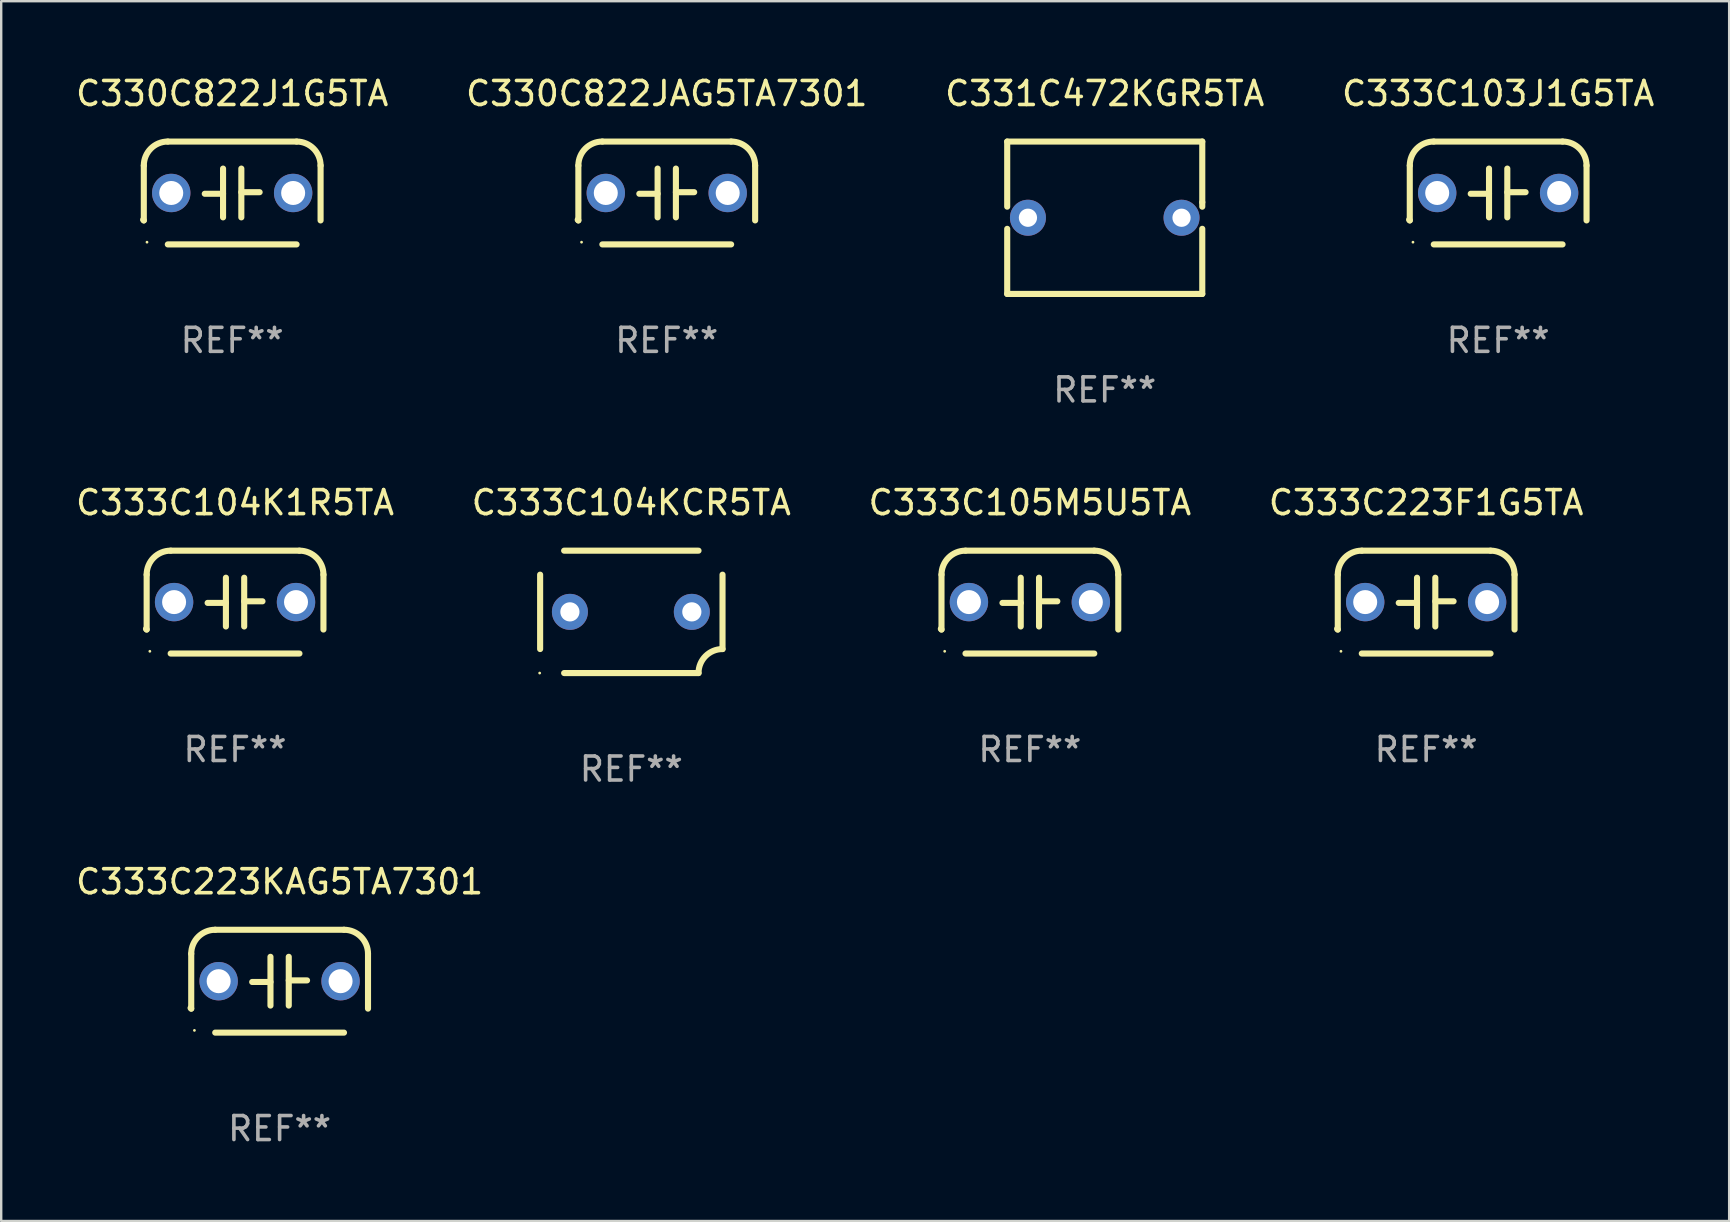
<source format=kicad_pcb>
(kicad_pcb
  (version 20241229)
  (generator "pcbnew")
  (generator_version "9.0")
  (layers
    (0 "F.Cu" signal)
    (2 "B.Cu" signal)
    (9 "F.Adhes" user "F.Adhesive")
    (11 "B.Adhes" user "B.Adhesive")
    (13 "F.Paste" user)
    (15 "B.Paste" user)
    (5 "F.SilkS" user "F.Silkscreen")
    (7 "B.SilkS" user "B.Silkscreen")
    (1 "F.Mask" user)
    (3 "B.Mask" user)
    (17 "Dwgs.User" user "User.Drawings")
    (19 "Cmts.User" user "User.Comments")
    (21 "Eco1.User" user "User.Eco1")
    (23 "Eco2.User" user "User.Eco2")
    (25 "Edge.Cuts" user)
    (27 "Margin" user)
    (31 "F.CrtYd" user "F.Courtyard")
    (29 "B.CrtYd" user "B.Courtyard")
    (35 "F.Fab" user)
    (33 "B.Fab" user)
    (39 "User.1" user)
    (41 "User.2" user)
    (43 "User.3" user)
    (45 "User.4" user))
  (footprint "C333C223KAG5TA7301"
    (layer "F.Cu")
    (at 8.601 37.834)
    (property "Reference" "C333C223KAG5TA7301" (at 0 -4.143 0) (layer "F.SilkS") (effects (font (size 1 1) (thickness 0.15))))
    (attr through_hole)
    (fp_line (start -3.683 -1.143) (end -3.683 1.143) (stroke (width 0.254) (type solid)) (layer "F.SilkS"))
    (fp_line (start -2.683 -2.143) (end 2.683 -2.143) (stroke (width 0.254) (type solid)) (layer "F.SilkS"))
    (fp_line (start -0.381 0.033) (end -1.143 0.033) (stroke (width 0.254) (type solid)) (layer "F.SilkS"))
    (fp_line (start -0.381 1.016) (end -0.381 -1.016) (stroke (width 0.254) (type solid)) (layer "F.SilkS"))
    (fp_line (start 0.381 -1.016) (end 0.381 1.016) (stroke (width 0.254) (type solid)) (layer "F.SilkS"))
    (fp_line (start 0.381 -0.033) (end 1.143 -0.033) (stroke (width 0.254) (type solid)) (layer "F.SilkS"))
    (fp_line (start 2.683 2.143) (end -2.683 2.143) (stroke (width 0.254) (type solid)) (layer "F.SilkS"))
    (fp_line (start 3.683 1.143) (end 3.683 -1.143) (stroke (width 0.254) (type solid)) (layer "F.SilkS"))
    (fp_arc (start -3.710292 1.115763) (mid -3.696656 1.129383) (end -3.68302 1.143002) (stroke (width 0.254001) (type solid)) (layer "F.SilkS"))
    (fp_arc (start -3.682994 -1.142977) (mid -3.390088 -1.850114) (end -2.682944 -2.143002) (stroke (width 0.254001) (type solid)) (layer "F.SilkS"))
    (fp_arc (start 2.682994 -2.143028) (mid 3.390106 -1.850122) (end 3.682995 -1.143002) (stroke (width 0.254001) (type solid)) (layer "F.SilkS"))
    (fp_circle (center -3.55 2.05) (end -3.52 2.05) (stroke (width 0.06) (type solid)) (fill no) (layer "F.SilkS"))
    (fp_text user "REF**" (at 0 6.143 0) (layer "F.Fab") (effects (font (size 1 1) (thickness 0.15))))
    (pad "1" thru_hole circle (at -2.54 0) (size 1.6 1.6) (drill 1) (layers "*.Cu" "*.Mask"))
    (pad "2" thru_hole circle (at 2.54 0) (size 1.6 1.6) (drill 1) (layers "*.Cu" "*.Mask")))
  (footprint "C333C104KCR5TA"
    (layer "F.Cu")
    (at 23.256 22.445)
    (property "Reference" "C333C104KCR5TA" (at 0 -4.55 0) (layer "F.SilkS") (effects (font (size 1 1) (thickness 0.15))))
    (attr through_hole)
    (fp_line (start -3.8 1.55) (end -3.8 -1.55) (stroke (width 0.254) (type solid)) (layer "F.SilkS"))
    (fp_line (start -2.8 -2.55) (end 2.8 -2.55) (stroke (width 0.254) (type solid)) (layer "F.SilkS"))
    (fp_line (start 2.8 2.55) (end -2.8 2.55) (stroke (width 0.254) (type solid)) (layer "F.SilkS"))
    (fp_line (start 3.8 -1.55) (end 3.8 1.55) (stroke (width 0.254) (type solid)) (layer "F.SilkS"))
    (fp_arc (start 2.800038 2.549975) (mid 3.092931 1.842868) (end 3.800038 1.549975) (stroke (width 0.254001) (type solid)) (layer "F.SilkS"))
    (fp_circle (center -3.819 2.55) (end -3.789 2.55) (stroke (width 0.06) (type solid)) (fill no) (layer "F.SilkS"))
    (fp_text user "REF**" (at 0 6.55 0) (layer "F.Fab") (effects (font (size 1 1) (thickness 0.15))))
    (pad "1" thru_hole circle (at -2.559 -0.000013) (size 1.5 1.5) (drill 0.8) (layers "*.Cu" "*.Mask"))
    (pad "2" thru_hole circle (at 2.521 -0.000013) (size 1.5 1.5) (drill 0.8) (layers "*.Cu" "*.Mask")))
  (footprint "C330C822JAG5TA7301"
    (layer "F.Cu")
    (at 24.732 4.991)
    (property "Reference" "C330C822JAG5TA7301" (at 0 -4.143 0) (layer "F.SilkS") (effects (font (size 1 1) (thickness 0.15))))
    (attr through_hole)
    (fp_line (start -3.683 -1.143) (end -3.683 1.143) (stroke (width 0.254) (type solid)) (layer "F.SilkS"))
    (fp_line (start -2.683 -2.143) (end 2.683 -2.143) (stroke (width 0.254) (type solid)) (layer "F.SilkS"))
    (fp_line (start -0.381 0.033) (end -1.143 0.033) (stroke (width 0.254) (type solid)) (layer "F.SilkS"))
    (fp_line (start -0.381 1.016) (end -0.381 -1.016) (stroke (width 0.254) (type solid)) (layer "F.SilkS"))
    (fp_line (start 0.381 -1.016) (end 0.381 1.016) (stroke (width 0.254) (type solid)) (layer "F.SilkS"))
    (fp_line (start 0.381 -0.033) (end 1.143 -0.033) (stroke (width 0.254) (type solid)) (layer "F.SilkS"))
    (fp_line (start 2.683 2.143) (end -2.683 2.143) (stroke (width 0.254) (type solid)) (layer "F.SilkS"))
    (fp_line (start 3.683 1.143) (end 3.683 -1.143) (stroke (width 0.254) (type solid)) (layer "F.SilkS"))
    (fp_arc (start -3.710292 1.115763) (mid -3.696656 1.129383) (end -3.68302 1.143002) (stroke (width 0.254001) (type solid)) (layer "F.SilkS"))
    (fp_arc (start -3.682994 -1.142977) (mid -3.390088 -1.850114) (end -2.682944 -2.143002) (stroke (width 0.254001) (type solid)) (layer "F.SilkS"))
    (fp_arc (start 2.682994 -2.143028) (mid 3.390106 -1.850122) (end 3.682995 -1.143002) (stroke (width 0.254001) (type solid)) (layer "F.SilkS"))
    (fp_circle (center -3.55 2.05) (end -3.52 2.05) (stroke (width 0.06) (type solid)) (fill no) (layer "F.SilkS"))
    (fp_text user "REF**" (at 0 6.143 0) (layer "F.Fab") (effects (font (size 1 1) (thickness 0.15))))
    (pad "1" thru_hole circle (at -2.54 0) (size 1.6 1.6) (drill 1) (layers "*.Cu" "*.Mask"))
    (pad "2" thru_hole circle (at 2.54 0) (size 1.6 1.6) (drill 1) (layers "*.Cu" "*.Mask")))
  (footprint "C331C472KGR5TA"
    (layer "F.Cu")
    (at 42.982 6.023)
    (property "Reference" "C331C472KGR5TA" (at 0 -5.175 0) (layer "F.SilkS") (effects (font (size 1 1) (thickness 0.15))))
    (attr through_hole)
    (fp_line (start -4.064 3.175) (end -4.064 0.462) (stroke (width 0.254) (type solid)) (layer "F.SilkS"))
    (fp_line (start -4.064 -3.175) (end 4.064 -3.175) (stroke (width 0.254) (type solid)) (layer "F.SilkS"))
    (fp_line (start -4.064 -0.462) (end -4.064 -3.175) (stroke (width 0.254) (type solid)) (layer "F.SilkS"))
    (fp_line (start 3.81 3.175) (end -4.064 3.175) (stroke (width 0.254) (type solid)) (layer "F.SilkS"))
    (fp_line (start 4.064 -3.175) (end 4.064 -0.645) (stroke (width 0.254) (type solid)) (layer "F.SilkS"))
    (fp_line (start 4.064 -0.645) (end 4.064 -0.461) (stroke (width 0.254) (type solid)) (layer "F.SilkS"))
    (fp_line (start 4.064 0.461) (end 4.064 3.175) (stroke (width 0.254) (type solid)) (layer "F.SilkS"))
    (fp_line (start 4.064 3.175) (end 3.81 3.175) (stroke (width 0.254) (type solid)) (layer "F.SilkS"))
    (fp_circle (center -3.81 3.2) (end -3.78 3.2) (stroke (width 0.06) (type solid)) (fill no) (layer "F.SilkS"))
    (fp_text user "REF**" (at 0 7.175 0) (layer "F.Fab") (effects (font (size 1 1) (thickness 0.15))))
    (pad "1" thru_hole circle (at -3.2 0) (size 1.5 1.5) (drill 0.76) (layers "*.Cu" "*.Mask"))
    (pad "2" thru_hole circle (at 3.2 0) (size 1.5 1.5) (drill 0.76) (layers "*.Cu" "*.Mask")))
  (footprint "C333C223F1G5TA"
    (layer "F.Cu")
    (at 56.375 22.038)
    (property "Reference" "C333C223F1G5TA" (at 0 -4.143 0) (layer "F.SilkS") (effects (font (size 1 1) (thickness 0.15))))
    (attr through_hole)
    (fp_line (start -3.683 -1.143) (end -3.683 1.143) (stroke (width 0.254) (type solid)) (layer "F.SilkS"))
    (fp_line (start -2.683 -2.143) (end 2.683 -2.143) (stroke (width 0.254) (type solid)) (layer "F.SilkS"))
    (fp_line (start -0.381 0.033) (end -1.143 0.033) (stroke (width 0.254) (type solid)) (layer "F.SilkS"))
    (fp_line (start -0.381 1.016) (end -0.381 -1.016) (stroke (width 0.254) (type solid)) (layer "F.SilkS"))
    (fp_line (start 0.381 -1.016) (end 0.381 1.016) (stroke (width 0.254) (type solid)) (layer "F.SilkS"))
    (fp_line (start 0.381 -0.033) (end 1.143 -0.033) (stroke (width 0.254) (type solid)) (layer "F.SilkS"))
    (fp_line (start 2.683 2.143) (end -2.683 2.143) (stroke (width 0.254) (type solid)) (layer "F.SilkS"))
    (fp_line (start 3.683 1.143) (end 3.683 -1.143) (stroke (width 0.254) (type solid)) (layer "F.SilkS"))
    (fp_arc (start -3.710292 1.115763) (mid -3.696656 1.129383) (end -3.68302 1.143002) (stroke (width 0.254001) (type solid)) (layer "F.SilkS"))
    (fp_arc (start -3.682994 -1.142977) (mid -3.390088 -1.850114) (end -2.682944 -2.143002) (stroke (width 0.254001) (type solid)) (layer "F.SilkS"))
    (fp_arc (start 2.682994 -2.143028) (mid 3.390106 -1.850122) (end 3.682995 -1.143002) (stroke (width 0.254001) (type solid)) (layer "F.SilkS"))
    (fp_circle (center -3.55 2.05) (end -3.52 2.05) (stroke (width 0.06) (type solid)) (fill no) (layer "F.SilkS"))
    (fp_text user "REF**" (at 0 6.143 0) (layer "F.Fab") (effects (font (size 1 1) (thickness 0.15))))
    (pad "1" thru_hole circle (at -2.54 0) (size 1.6 1.6) (drill 1) (layers "*.Cu" "*.Mask"))
    (pad "2" thru_hole circle (at 2.54 0) (size 1.6 1.6) (drill 1) (layers "*.Cu" "*.Mask")))
  (footprint "C333C103J1G5TA"
    (layer "F.Cu")
    (at 59.375 4.991)
    (property "Reference" "C333C103J1G5TA" (at 0 -4.143 0) (layer "F.SilkS") (effects (font (size 1 1) (thickness 0.15))))
    (attr through_hole)
    (fp_line (start -3.683 -1.143) (end -3.683 1.143) (stroke (width 0.254) (type solid)) (layer "F.SilkS"))
    (fp_line (start -2.683 -2.143) (end 2.683 -2.143) (stroke (width 0.254) (type solid)) (layer "F.SilkS"))
    (fp_line (start -0.381 0.033) (end -1.143 0.033) (stroke (width 0.254) (type solid)) (layer "F.SilkS"))
    (fp_line (start -0.381 1.016) (end -0.381 -1.016) (stroke (width 0.254) (type solid)) (layer "F.SilkS"))
    (fp_line (start 0.381 -1.016) (end 0.381 1.016) (stroke (width 0.254) (type solid)) (layer "F.SilkS"))
    (fp_line (start 0.381 -0.033) (end 1.143 -0.033) (stroke (width 0.254) (type solid)) (layer "F.SilkS"))
    (fp_line (start 2.683 2.143) (end -2.683 2.143) (stroke (width 0.254) (type solid)) (layer "F.SilkS"))
    (fp_line (start 3.683 1.143) (end 3.683 -1.143) (stroke (width 0.254) (type solid)) (layer "F.SilkS"))
    (fp_arc (start -3.710292 1.115763) (mid -3.696656 1.129383) (end -3.68302 1.143002) (stroke (width 0.254001) (type solid)) (layer "F.SilkS"))
    (fp_arc (start -3.682994 -1.142977) (mid -3.390088 -1.850114) (end -2.682944 -2.143002) (stroke (width 0.254001) (type solid)) (layer "F.SilkS"))
    (fp_arc (start 2.682994 -2.143028) (mid 3.390106 -1.850122) (end 3.682995 -1.143002) (stroke (width 0.254001) (type solid)) (layer "F.SilkS"))
    (fp_circle (center -3.55 2.05) (end -3.52 2.05) (stroke (width 0.06) (type solid)) (fill no) (layer "F.SilkS"))
    (fp_text user "REF**" (at 0 6.143 0) (layer "F.Fab") (effects (font (size 1 1) (thickness 0.15))))
    (pad "1" thru_hole circle (at -2.54 0) (size 1.6 1.6) (drill 1) (layers "*.Cu" "*.Mask"))
    (pad "2" thru_hole circle (at 2.54 0) (size 1.6 1.6) (drill 1) (layers "*.Cu" "*.Mask")))
  (footprint "C333C105M5U5TA"
    (layer "F.Cu")
    (at 39.863 22.038)
    (property "Reference" "C333C105M5U5TA" (at 0 -4.143 0) (layer "F.SilkS") (effects (font (size 1 1) (thickness 0.15))))
    (attr through_hole)
    (fp_line (start -3.683 -1.143) (end -3.683 1.143) (stroke (width 0.254) (type solid)) (layer "F.SilkS"))
    (fp_line (start -2.683 -2.143) (end 2.683 -2.143) (stroke (width 0.254) (type solid)) (layer "F.SilkS"))
    (fp_line (start -0.381 0.033) (end -1.143 0.033) (stroke (width 0.254) (type solid)) (layer "F.SilkS"))
    (fp_line (start -0.381 1.016) (end -0.381 -1.016) (stroke (width 0.254) (type solid)) (layer "F.SilkS"))
    (fp_line (start 0.381 -1.016) (end 0.381 1.016) (stroke (width 0.254) (type solid)) (layer "F.SilkS"))
    (fp_line (start 0.381 -0.033) (end 1.143 -0.033) (stroke (width 0.254) (type solid)) (layer "F.SilkS"))
    (fp_line (start 2.683 2.143) (end -2.683 2.143) (stroke (width 0.254) (type solid)) (layer "F.SilkS"))
    (fp_line (start 3.683 1.143) (end 3.683 -1.143) (stroke (width 0.254) (type solid)) (layer "F.SilkS"))
    (fp_arc (start -3.710292 1.115763) (mid -3.696656 1.129383) (end -3.68302 1.143002) (stroke (width 0.254001) (type solid)) (layer "F.SilkS"))
    (fp_arc (start -3.682994 -1.142977) (mid -3.390088 -1.850114) (end -2.682944 -2.143002) (stroke (width 0.254001) (type solid)) (layer "F.SilkS"))
    (fp_arc (start 2.682994 -2.143028) (mid 3.390106 -1.850122) (end 3.682995 -1.143002) (stroke (width 0.254001) (type solid)) (layer "F.SilkS"))
    (fp_circle (center -3.55 2.05) (end -3.52 2.05) (stroke (width 0.06) (type solid)) (fill no) (layer "F.SilkS"))
    (fp_text user "REF**" (at 0 6.143 0) (layer "F.Fab") (effects (font (size 1 1) (thickness 0.15))))
    (pad "1" thru_hole circle (at -2.54 0) (size 1.6 1.6) (drill 1) (layers "*.Cu" "*.Mask"))
    (pad "2" thru_hole circle (at 2.54 0) (size 1.6 1.6) (drill 1) (layers "*.Cu" "*.Mask")))
  (footprint "C330C822J1G5TA"
    (layer "F.Cu")
    (at 6.625 4.991)
    (property "Reference" "C330C822J1G5TA" (at 0 -4.143 0) (layer "F.SilkS") (effects (font (size 1 1) (thickness 0.15))))
    (attr through_hole)
    (fp_line (start -3.683 -1.143) (end -3.683 1.143) (stroke (width 0.254) (type solid)) (layer "F.SilkS"))
    (fp_line (start -2.683 -2.143) (end 2.683 -2.143) (stroke (width 0.254) (type solid)) (layer "F.SilkS"))
    (fp_line (start -0.381 0.033) (end -1.143 0.033) (stroke (width 0.254) (type solid)) (layer "F.SilkS"))
    (fp_line (start -0.381 1.016) (end -0.381 -1.016) (stroke (width 0.254) (type solid)) (layer "F.SilkS"))
    (fp_line (start 0.381 -1.016) (end 0.381 1.016) (stroke (width 0.254) (type solid)) (layer "F.SilkS"))
    (fp_line (start 0.381 -0.033) (end 1.143 -0.033) (stroke (width 0.254) (type solid)) (layer "F.SilkS"))
    (fp_line (start 2.683 2.143) (end -2.683 2.143) (stroke (width 0.254) (type solid)) (layer "F.SilkS"))
    (fp_line (start 3.683 1.143) (end 3.683 -1.143) (stroke (width 0.254) (type solid)) (layer "F.SilkS"))
    (fp_arc (start -3.710292 1.115763) (mid -3.696656 1.129383) (end -3.68302 1.143002) (stroke (width 0.254001) (type solid)) (layer "F.SilkS"))
    (fp_arc (start -3.682994 -1.142977) (mid -3.390088 -1.850114) (end -2.682944 -2.143002) (stroke (width 0.254001) (type solid)) (layer "F.SilkS"))
    (fp_arc (start 2.682994 -2.143028) (mid 3.390106 -1.850122) (end 3.682995 -1.143002) (stroke (width 0.254001) (type solid)) (layer "F.SilkS"))
    (fp_circle (center -3.55 2.05) (end -3.52 2.05) (stroke (width 0.06) (type solid)) (fill no) (layer "F.SilkS"))
    (fp_text user "REF**" (at 0 6.143 0) (layer "F.Fab") (effects (font (size 1 1) (thickness 0.15))))
    (pad "1" thru_hole circle (at -2.54 0) (size 1.6 1.6) (drill 1) (layers "*.Cu" "*.Mask"))
    (pad "2" thru_hole circle (at 2.54 0) (size 1.6 1.6) (drill 1) (layers "*.Cu" "*.Mask")))
  (footprint "C333C104K1R5TA"
    (layer "F.Cu")
    (at 6.744 22.038)
    (property "Reference" "C333C104K1R5TA" (at 0 -4.143 0) (layer "F.SilkS") (effects (font (size 1 1) (thickness 0.15))))
    (attr through_hole)
    (fp_line (start -3.683 -1.143) (end -3.683 1.143) (stroke (width 0.254) (type solid)) (layer "F.SilkS"))
    (fp_line (start -2.683 -2.143) (end 2.683 -2.143) (stroke (width 0.254) (type solid)) (layer "F.SilkS"))
    (fp_line (start -0.381 0.033) (end -1.143 0.033) (stroke (width 0.254) (type solid)) (layer "F.SilkS"))
    (fp_line (start -0.381 1.016) (end -0.381 -1.016) (stroke (width 0.254) (type solid)) (layer "F.SilkS"))
    (fp_line (start 0.381 -1.016) (end 0.381 1.016) (stroke (width 0.254) (type solid)) (layer "F.SilkS"))
    (fp_line (start 0.381 -0.033) (end 1.143 -0.033) (stroke (width 0.254) (type solid)) (layer "F.SilkS"))
    (fp_line (start 2.683 2.143) (end -2.683 2.143) (stroke (width 0.254) (type solid)) (layer "F.SilkS"))
    (fp_line (start 3.683 1.143) (end 3.683 -1.143) (stroke (width 0.254) (type solid)) (layer "F.SilkS"))
    (fp_arc (start -3.710292 1.115763) (mid -3.696656 1.129383) (end -3.68302 1.143002) (stroke (width 0.254001) (type solid)) (layer "F.SilkS"))
    (fp_arc (start -3.682994 -1.142977) (mid -3.390088 -1.850114) (end -2.682944 -2.143002) (stroke (width 0.254001) (type solid)) (layer "F.SilkS"))
    (fp_arc (start 2.682994 -2.143028) (mid 3.390106 -1.850122) (end 3.682995 -1.143002) (stroke (width 0.254001) (type solid)) (layer "F.SilkS"))
    (fp_circle (center -3.55 2.05) (end -3.52 2.05) (stroke (width 0.06) (type solid)) (fill no) (layer "F.SilkS"))
    (fp_text user "REF**" (at 0 6.143 0) (layer "F.Fab") (effects (font (size 1 1) (thickness 0.15))))
    (pad "1" thru_hole circle (at -2.54 0) (size 1.6 1.6) (drill 1) (layers "*.Cu" "*.Mask"))
    (pad "2" thru_hole circle (at 2.54 0) (size 1.6 1.6) (drill 1) (layers "*.Cu" "*.Mask")))
  (gr_rect
    (start -3 -3)
    (end 69 47.826)
    (stroke (width 0.1) (type default))
    (fill no)
    (layer "Edge.Cuts")))
</source>
